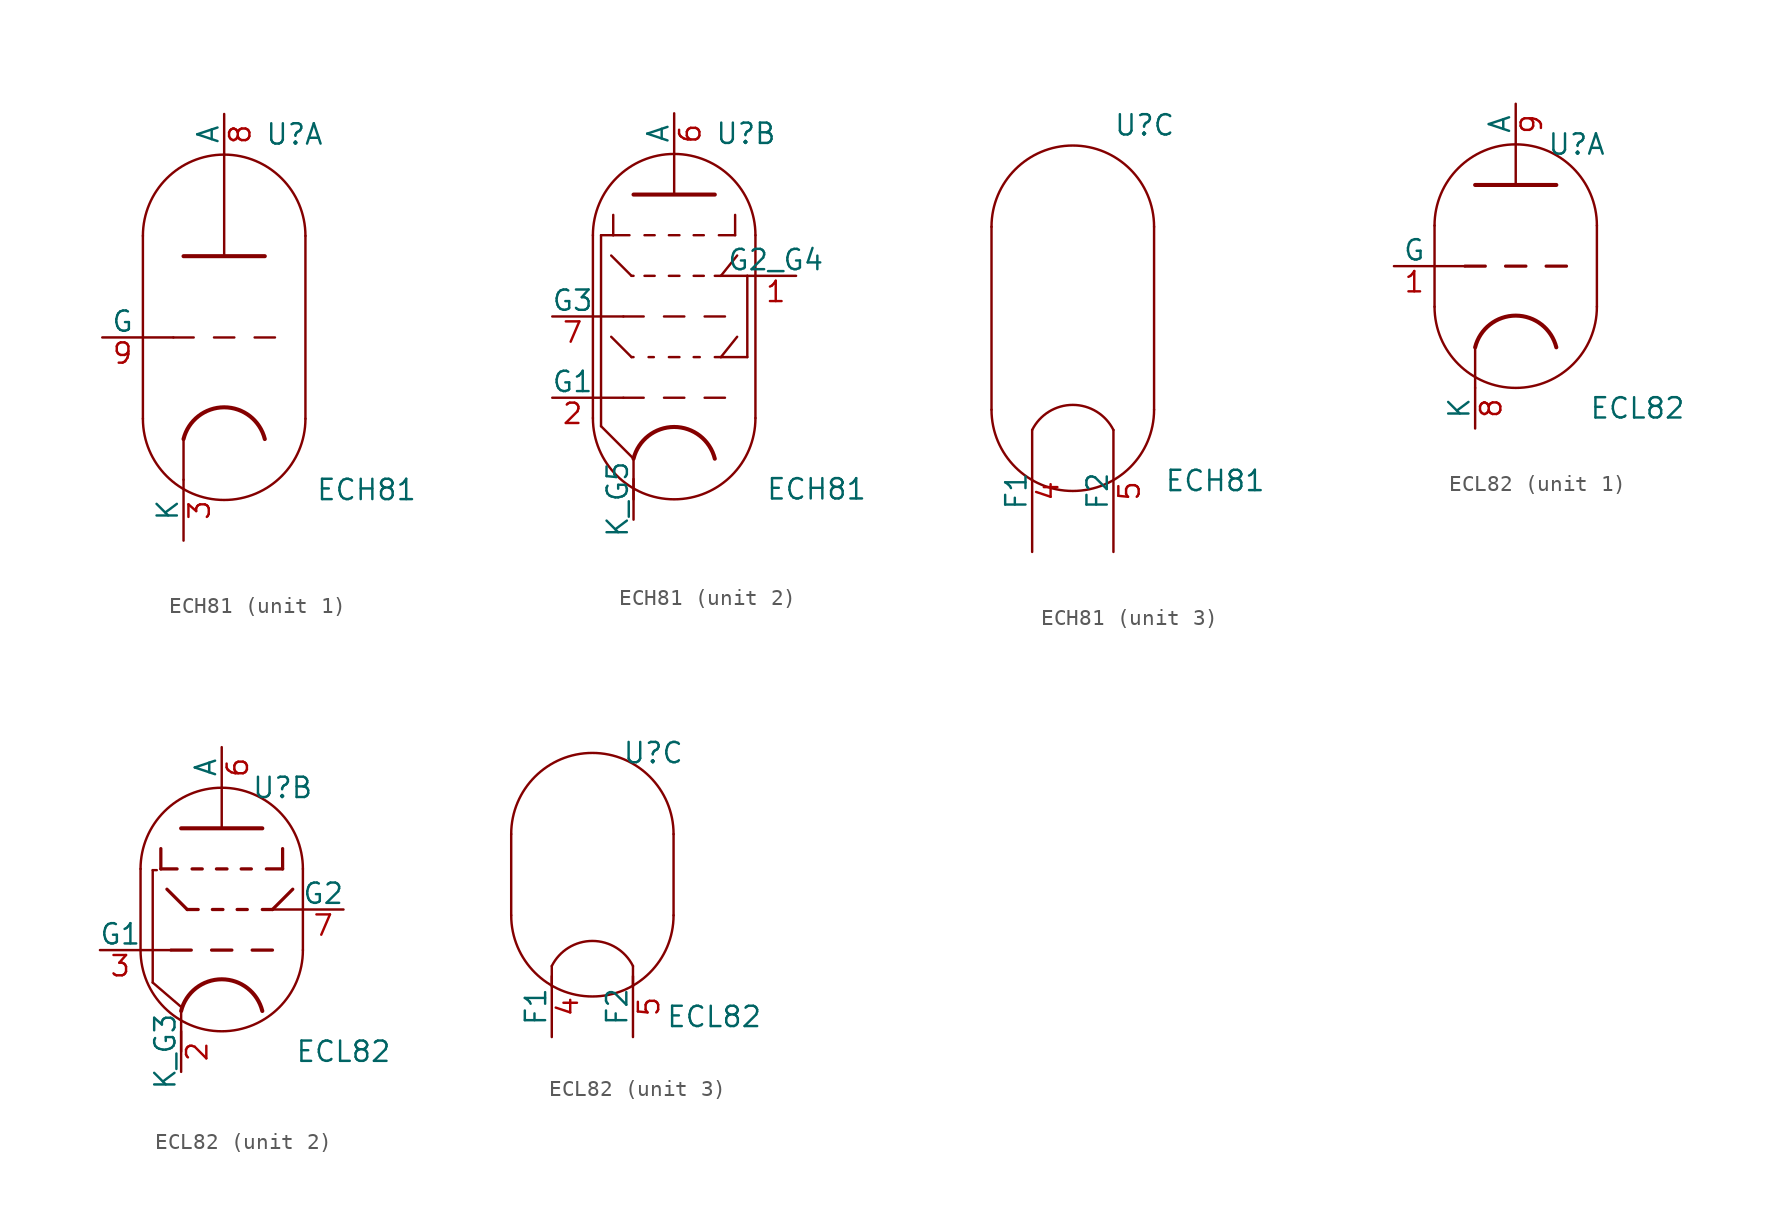
<source format=kicad_sym>
(kicad_symbol_lib
  (version 20241209)
  (generator "kicad_symbol_editor")
  (generator_version "9.0")
  (symbol "ECH81"
    (pin_names
      (offset 0))
    (property "Reference" "U"
      (at 2.54 12.7 0)
      (effects (font (size 1.27 1.27)) (justify left)))
    (property "Value" "ECH81"
      (at 5.715 -9.525 0)
      (effects (font (size 1.27 1.27)) (justify left)))
    (property "ki_locked" ""
      (at 0 0 0)
      (effects (font (size 1.27 1.27))))
    (symbol "ECH81_0_1"
      (polyline (pts (xy -5.08 6.35) (xy -5.08 -5.08) (xy -5.08 -5.08)) (stroke (width 0) (type default)) (fill (type none)))
      (arc (start -5.08 6.35) (mid 0 11.4079) (end 5.08 6.35) (stroke (width 0) (type default)) (fill (type none)))
      (arc (start 5.08 -5.08) (mid 0 -10.1379) (end -5.08 -5.08) (stroke (width 0) (type default)) (fill (type none)))
      (polyline (pts (xy 5.08 6.35) (xy 5.08 -5.08) (xy 5.08 -5.08)) (stroke (width 0) (type default)) (fill (type none))))
    (symbol "ECH81_1_0"
      (polyline (pts (xy -2.54 -6.35) (xy -2.54 -8.89)) (stroke (width 0) (type default)) (fill (type none))))
    (symbol "ECH81_1_1"
      (polyline (pts (xy -5.08 0) (xy -3.175 0)) (stroke (width 0) (type default)) (fill (type none)))
      (polyline (pts (xy -2.54 5.08) (xy 2.54 5.08) (xy 2.54 5.08)) (stroke (width 0.254) (type default)) (fill (type none)))
      (polyline (pts (xy -1.905 0) (xy -3.175 0)) (stroke (width 0.152) (type default)) (fill (type none)))
      (polyline (pts (xy -0.635 0) (xy 0.635 0)) (stroke (width 0.152) (type default)) (fill (type none)))
      (polyline (pts (xy 0 5.08) (xy 0 11.43) (xy 0 11.43)) (stroke (width 0) (type default)) (fill (type none)))
      (arc (start -2.54 -6.35) (mid 0 -4.3668) (end 2.54 -6.35) (stroke (width 0.254) (type default)) (fill (type none)))
      (polyline (pts (xy 1.905 0) (xy 3.175 0)) (stroke (width 0.152) (type default)) (fill (type none)))
      (pin input line (at -7.62 0 0) (length 2.54) (name "G" (effects (font (size 1.27 1.27)))) (number "9" (effects (font (size 1.27 1.27)))))
      (pin bidirectional line (at -2.54 -12.7 90) (length 3.81) (name "K" (effects (font (size 1.27 1.27)))) (number "3" (effects (font (size 1.27 1.27)))))
      (pin output line (at 0 13.97 270) (length 2.54) (name "A" (effects (font (size 1.27 1.27)))) (number "8" (effects (font (size 1.27 1.27))))))
    (symbol "ECH81_2_0"
      (polyline (pts (xy -5.08 1.27) (xy -3.175 1.27)) (stroke (width 0) (type default)) (fill (type none)))
      (polyline (pts (xy -5.08 -3.81) (xy -3.175 -3.81)) (stroke (width 0) (type default)) (fill (type none)))
      (polyline (pts (xy -2.54 -7.62) (xy -2.54 -10.16)) (stroke (width 0) (type default)) (fill (type none)))
      (polyline (pts (xy 0 8.89) (xy 0 11.43)) (stroke (width 0) (type default)) (fill (type none)))
      (polyline (pts (xy 4.572 3.81) (xy 5.08 3.81)) (stroke (width 0) (type default)) (fill (type none))))
    (symbol "ECH81_2_1"
      (polyline (pts (xy -4.572 6.35) (xy -4.572 -5.588)) (stroke (width 0.152) (type default)) (fill (type none)))
      (polyline (pts (xy -4.572 -5.588) (xy -2.54 -7.62)) (stroke (width 0.152) (type default)) (fill (type none)))
      (polyline (pts (xy -3.937 5.08) (xy -2.667 3.81)) (stroke (width 0.152) (type default)) (fill (type none)))
      (polyline (pts (xy -3.937 0) (xy -2.667 -1.27)) (stroke (width 0.152) (type default)) (fill (type none)))
      (polyline (pts (xy -3.81 7.62) (xy -3.81 6.35)) (stroke (width 0.152) (type default)) (fill (type none)))
      (polyline (pts (xy -3.81 6.35) (xy -4.572 6.35)) (stroke (width 0.152) (type default)) (fill (type none)))
      (polyline (pts (xy -3.81 6.35) (xy -2.794 6.35)) (stroke (width 0.152) (type default)) (fill (type none)))
      (polyline (pts (xy -2.667 3.81) (xy -2.54 3.81)) (stroke (width 0.152) (type default)) (fill (type none)))
      (polyline (pts (xy -2.667 -1.27) (xy -2.54 -1.27)) (stroke (width 0.152) (type default)) (fill (type none)))
      (polyline (pts (xy -2.54 8.89) (xy 2.54 8.89) (xy 2.54 8.89) (xy 2.54 8.89)) (stroke (width 0.254) (type default)) (fill (type none)))
      (polyline (pts (xy -1.905 1.27) (xy -3.175 1.27)) (stroke (width 0.152) (type default)) (fill (type none)))
      (polyline (pts (xy -1.905 -3.81) (xy -3.175 -3.81)) (stroke (width 0.152) (type default)) (fill (type none)))
      (polyline (pts (xy -1.854 6.35) (xy -1.219 6.35)) (stroke (width 0.152) (type default)) (fill (type none)))
      (polyline (pts (xy -1.854 3.81) (xy -1.219 3.81)) (stroke (width 0.152) (type default)) (fill (type none)))
      (polyline (pts (xy -1.27 -1.27) (xy -1.6 -1.27)) (stroke (width 0.152) (type default)) (fill (type none)))
      (polyline (pts (xy -0.635 1.27) (xy 0.635 1.27)) (stroke (width 0.152) (type default)) (fill (type none)))
      (polyline (pts (xy -0.635 -3.81) (xy 0.635 -3.81)) (stroke (width 0.152) (type default)) (fill (type none)))
      (polyline (pts (xy -0.33 6.35) (xy 0.33 6.35)) (stroke (width 0.152) (type default)) (fill (type none)))
      (polyline (pts (xy -0.33 3.81) (xy 0.33 3.81)) (stroke (width 0.152) (type default)) (fill (type none)))
      (polyline (pts (xy -0.33 -1.27) (xy 0.33 -1.27)) (stroke (width 0.152) (type default)) (fill (type none)))
      (arc (start -2.54 -7.62) (mid 0 -5.6368) (end 2.54 -7.62) (stroke (width 0.254) (type default)) (fill (type none)))
      (polyline (pts (xy 1.219 6.35) (xy 1.854 6.35)) (stroke (width 0.152) (type default)) (fill (type none)))
      (polyline (pts (xy 1.219 3.81) (xy 1.854 3.81)) (stroke (width 0.152) (type default)) (fill (type none)))
      (polyline (pts (xy 1.219 -1.27) (xy 1.6 -1.27)) (stroke (width 0.152) (type default)) (fill (type none)))
      (polyline (pts (xy 1.905 1.27) (xy 3.175 1.27)) (stroke (width 0.152) (type default)) (fill (type none)))
      (polyline (pts (xy 1.905 -3.81) (xy 3.175 -3.81)) (stroke (width 0.152) (type default)) (fill (type none)))
      (polyline (pts (xy 2.54 3.81) (xy 2.921 3.81)) (stroke (width 0.152) (type default)) (fill (type none)))
      (polyline (pts (xy 2.54 -1.27) (xy 2.921 -1.27)) (stroke (width 0.152) (type default)) (fill (type none)))
      (polyline (pts (xy 2.921 3.81) (xy 4.572 3.81)) (stroke (width 0) (type default)) (fill (type none)))
      (polyline (pts (xy 3.81 7.62) (xy 3.81 6.35)) (stroke (width 0.152) (type default)) (fill (type none)))
      (polyline (pts (xy 3.81 6.35) (xy 2.794 6.35)) (stroke (width 0.152) (type default)) (fill (type none)))
      (polyline (pts (xy 3.937 5.08) (xy 2.921 3.81)) (stroke (width 0.152) (type default)) (fill (type none)))
      (polyline (pts (xy 3.937 0) (xy 2.921 -1.27)) (stroke (width 0.152) (type default)) (fill (type none)))
      (polyline (pts (xy 4.572 3.81) (xy 4.572 -1.27)) (stroke (width 0) (type default)) (fill (type none)))
      (polyline (pts (xy 4.572 -1.27) (xy 2.921 -1.27)) (stroke (width 0) (type default)) (fill (type none)))
      (pin input line (at -7.62 1.27 0) (length 2.54) (name "G3" (effects (font (size 1.27 1.27)))) (number "7" (effects (font (size 1.27 1.27)))))
      (pin input line (at -7.62 -3.81 0) (length 2.54) (name "G1" (effects (font (size 1.27 1.27)))) (number "2" (effects (font (size 1.27 1.27)))))
      (pin bidirectional line (at -2.54 -11.43 90) (length 2.54) (name "K_G5" (effects (font (size 1.27 1.27)))) (number "~" (effects (font (size 1.27 1.27)))))
      (pin output line (at 0 13.97 270) (length 2.54) (name "A" (effects (font (size 1.27 1.27)))) (number "6" (effects (font (size 1.27 1.27)))))
      (pin input line (at 7.62 3.81 180) (length 2.54) (name "G2_G4" (effects (font (size 1.27 1.27)))) (number "1" (effects (font (size 1.27 1.27))))))
    (symbol "ECH81_3_1"
      (arc (start -2.54 -6.35) (mid 0 -4.7802) (end 2.54 -6.35) (stroke (width 0) (type default)) (fill (type none)))
      (pin power_in line (at -2.54 -13.97 90) (length 7.62) (name "F1" (effects (font (size 1.27 1.27)))) (number "4" (effects (font (size 1.27 1.27)))))
      (pin power_in line (at 2.54 -13.97 90) (length 7.62) (name "F2" (effects (font (size 1.27 1.27)))) (number "5" (effects (font (size 1.27 1.27)))))))
  (symbol "ECL82"
    (pin_names
      (offset 0))
    (property "Reference" "U"
      (at 3.81 7.62 0)
      (effects (font (size 1.27 1.27))))
    (property "Value" "ECL82"
      (at 7.62 -8.89 0)
      (effects (font (size 1.27 1.27))))
    (property "ki_locked" ""
      (at 0 0 0)
      (effects (font (size 1.27 1.27))))
    (symbol "ECL82_0_1"
      (polyline (pts (xy -5.08 2.54) (xy -5.08 -2.54) (xy -5.08 -2.54) (xy -5.08 -2.54)) (stroke (width 0) (type default)) (fill (type none)))
      (arc (start -5.08 2.54) (mid 0 7.5979) (end 5.08 2.54) (stroke (width 0) (type default)) (fill (type none)))
      (arc (start 5.08 -2.54) (mid 0 -7.5979) (end -5.08 -2.54) (stroke (width 0) (type default)) (fill (type none)))
      (polyline (pts (xy 5.08 2.54) (xy 5.08 -2.54)) (stroke (width 0) (type default)) (fill (type none))))
    (symbol "ECL82_1_0"
      (polyline (pts (xy -2.54 -5.08) (xy -2.54 -7.62)) (stroke (width 0) (type default)) (fill (type none))))
    (symbol "ECL82_1_1"
      (polyline (pts (xy -5.08 0) (xy -3.175 0)) (stroke (width 0) (type default)) (fill (type none)))
      (polyline (pts (xy -2.54 5.08) (xy 2.54 5.08) (xy 2.54 5.08)) (stroke (width 0.254) (type default)) (fill (type none)))
      (polyline (pts (xy -1.905 0) (xy -3.175 0)) (stroke (width 0.203) (type default)) (fill (type none)))
      (polyline (pts (xy -0.635 0) (xy 0.635 0)) (stroke (width 0.203) (type default)) (fill (type none)))
      (polyline (pts (xy 0 5.08) (xy 0 7.62)) (stroke (width 0) (type default)) (fill (type none)))
      (arc (start -2.54 -5.08) (mid 0 -3.0968) (end 2.54 -5.08) (stroke (width 0.254) (type default)) (fill (type none)))
      (polyline (pts (xy 1.905 0) (xy 3.175 0)) (stroke (width 0.203) (type default)) (fill (type none)))
      (pin input line (at -7.62 0 0) (length 2.54) (name "G" (effects (font (size 1.27 1.27)))) (number "1" (effects (font (size 1.27 1.27)))))
      (pin bidirectional line (at -2.54 -10.16 90) (length 2.54) (name "K" (effects (font (size 1.27 1.27)))) (number "8" (effects (font (size 1.27 1.27)))))
      (pin output line (at 0 10.16 270) (length 2.54) (name "A" (effects (font (size 1.27 1.27)))) (number "9" (effects (font (size 1.27 1.27))))))
    (symbol "ECL82_2_0"
      (polyline (pts (xy -2.54 -6.35) (xy -2.54 -8.89)) (stroke (width 0) (type default)) (fill (type none)))
      (polyline (pts (xy 0 5.08) (xy 0 7.62)) (stroke (width 0) (type default)) (fill (type none)))
      (polyline (pts (xy 2.54 0) (xy 3.175 0)) (stroke (width 0.203) (type default)) (fill (type none)))
      (polyline (pts (xy 4.445 1.27) (xy 3.175 0)) (stroke (width 0.203) (type default)) (fill (type none))))
    (symbol "ECL82_2_1"
      (polyline (pts (xy -5.08 -2.54) (xy -3.175 -2.54)) (stroke (width 0) (type default)) (fill (type none)))
      (polyline (pts (xy -4.318 -4.572) (xy -4.318 2.464)) (stroke (width 0.152) (type default)) (fill (type none)))
      (polyline (pts (xy -4.318 -4.572) (xy -2.54 -6.096)) (stroke (width 0.152) (type default)) (fill (type none)))
      (polyline (pts (xy -4.064 2.464) (xy -4.318 2.464)) (stroke (width 0.152) (type default)) (fill (type none)))
      (polyline (pts (xy -3.81 3.81) (xy -3.81 2.54)) (stroke (width 0.203) (type default)) (fill (type none)))
      (polyline (pts (xy -3.81 2.54) (xy -2.794 2.54)) (stroke (width 0.203) (type default)) (fill (type none)))
      (polyline (pts (xy -3.429 1.27) (xy -2.159 0)) (stroke (width 0.203) (type default)) (fill (type none)))
      (polyline (pts (xy -2.54 5.08) (xy 2.54 5.08) (xy 2.54 5.08)) (stroke (width 0.254) (type default)) (fill (type none)))
      (polyline (pts (xy -2.159 0) (xy -1.473 0)) (stroke (width 0.203) (type default)) (fill (type none)))
      (polyline (pts (xy -1.905 -2.54) (xy -3.175 -2.54)) (stroke (width 0.203) (type default)) (fill (type none)))
      (polyline (pts (xy -1.854 2.54) (xy -1.219 2.54)) (stroke (width 0.203) (type default)) (fill (type none)))
      (polyline (pts (xy -0.635 -2.54) (xy 0.635 -2.54)) (stroke (width 0.203) (type default)) (fill (type none)))
      (polyline (pts (xy -0.584 0) (xy 0.076 0)) (stroke (width 0.203) (type default)) (fill (type none)))
      (polyline (pts (xy -0.33 2.54) (xy 0.33 2.54)) (stroke (width 0.203) (type default)) (fill (type none)))
      (arc (start -2.54 -6.35) (mid 0 -4.3668) (end 2.54 -6.35) (stroke (width 0.254) (type default)) (fill (type none)))
      (polyline (pts (xy 0.965 0) (xy 1.6 0)) (stroke (width 0.203) (type default)) (fill (type none)))
      (polyline (pts (xy 1.219 2.54) (xy 1.854 2.54)) (stroke (width 0.203) (type default)) (fill (type none)))
      (polyline (pts (xy 1.905 -2.54) (xy 3.175 -2.54)) (stroke (width 0.203) (type default)) (fill (type none)))
      (polyline (pts (xy 3.175 0) (xy 5.08 0)) (stroke (width 0) (type default)) (fill (type none)))
      (polyline (pts (xy 3.81 3.81) (xy 3.81 2.54)) (stroke (width 0.203) (type default)) (fill (type none)))
      (polyline (pts (xy 3.81 2.54) (xy 2.794 2.54)) (stroke (width 0.203) (type default)) (fill (type none)))
      (pin input line (at -7.62 -2.54 0) (length 2.54) (name "G1" (effects (font (size 1.27 1.27)))) (number "3" (effects (font (size 1.27 1.27)))))
      (pin bidirectional line (at -2.54 -10.16 90) (length 2.54) (name "K_G3" (effects (font (size 1.27 1.27)))) (number "2" (effects (font (size 1.27 1.27)))))
      (pin output line (at 0 10.16 270) (length 2.54) (name "A" (effects (font (size 1.27 1.27)))) (number "6" (effects (font (size 1.27 1.27)))))
      (pin input line (at 7.62 0 180) (length 2.54) (name "G2" (effects (font (size 1.27 1.27)))) (number "7" (effects (font (size 1.27 1.27))))))
    (symbol "ECL82_3_1"
      (polyline (pts (xy -2.54 -6.985) (xy -2.54 -5.715) (xy -2.54 -5.715)) (stroke (width 0) (type default)) (fill (type none)))
      (arc (start -2.54 -5.715) (mid 0 -4.1452) (end 2.54 -5.715) (stroke (width 0) (type default)) (fill (type none)))
      (polyline (pts (xy 2.54 -6.985) (xy 2.54 -5.715) (xy 2.54 -5.715) (xy 2.54 -5.715)) (stroke (width 0) (type default)) (fill (type none)))
      (pin power_in line (at -2.54 -10.16 90) (length 3.81) (name "F1" (effects (font (size 1.27 1.27)))) (number "4" (effects (font (size 1.27 1.27)))))
      (pin power_in line (at 2.54 -10.16 90) (length 3.81) (name "F2" (effects (font (size 1.27 1.27)))) (number "5" (effects (font (size 1.27 1.27))))))))
</source>
